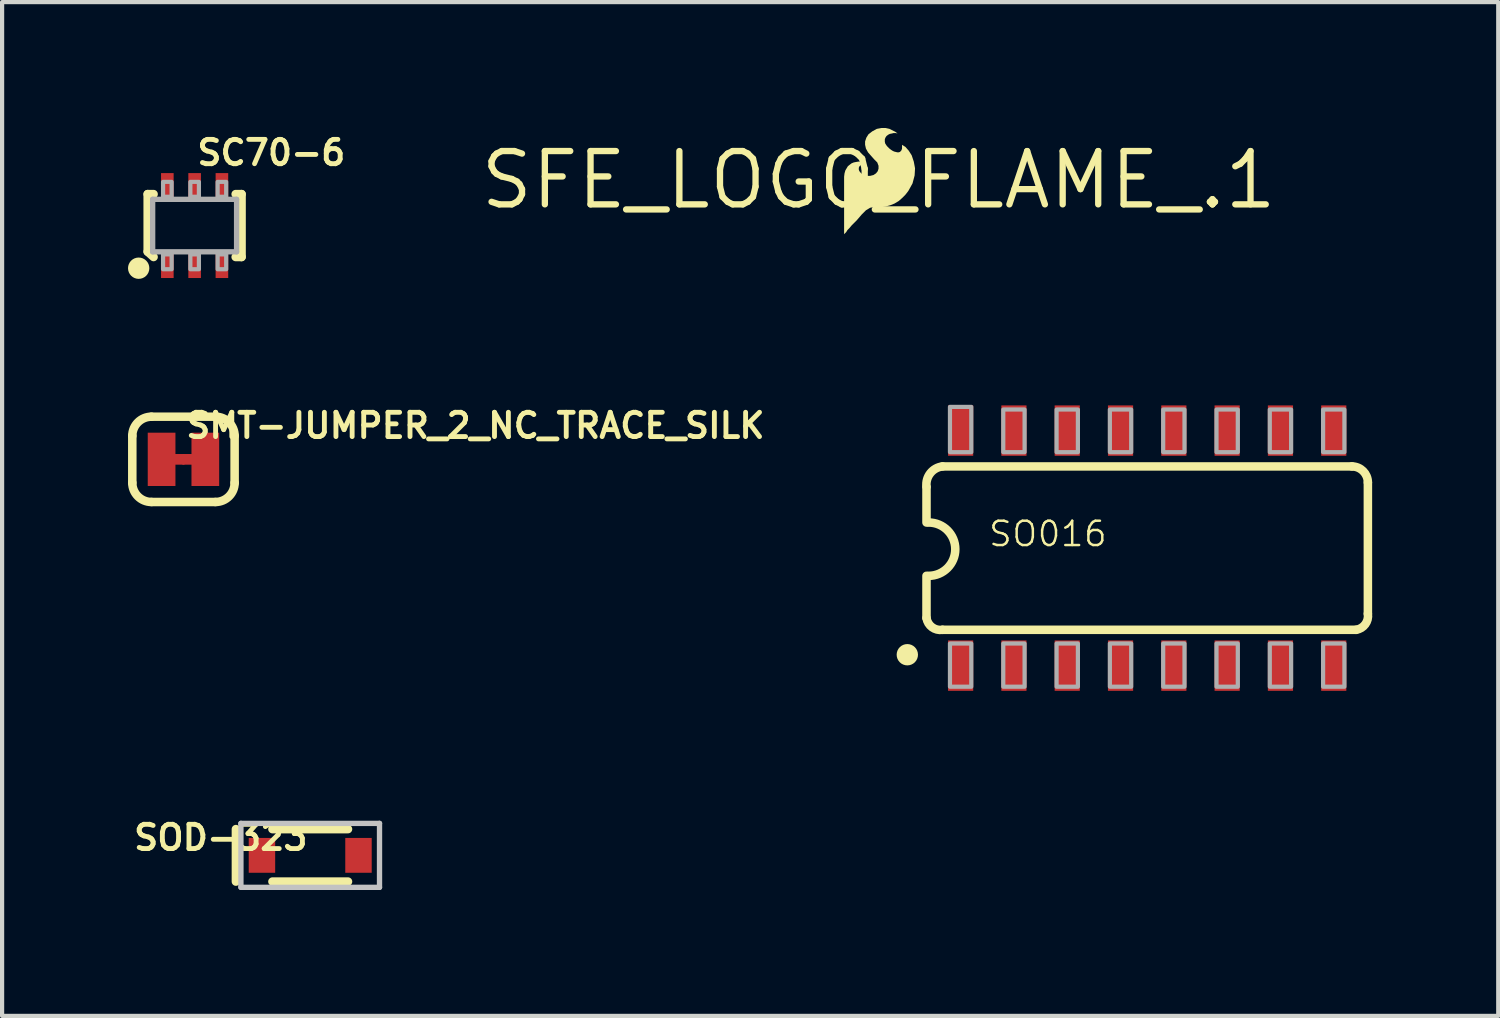
<source format=kicad_pcb>
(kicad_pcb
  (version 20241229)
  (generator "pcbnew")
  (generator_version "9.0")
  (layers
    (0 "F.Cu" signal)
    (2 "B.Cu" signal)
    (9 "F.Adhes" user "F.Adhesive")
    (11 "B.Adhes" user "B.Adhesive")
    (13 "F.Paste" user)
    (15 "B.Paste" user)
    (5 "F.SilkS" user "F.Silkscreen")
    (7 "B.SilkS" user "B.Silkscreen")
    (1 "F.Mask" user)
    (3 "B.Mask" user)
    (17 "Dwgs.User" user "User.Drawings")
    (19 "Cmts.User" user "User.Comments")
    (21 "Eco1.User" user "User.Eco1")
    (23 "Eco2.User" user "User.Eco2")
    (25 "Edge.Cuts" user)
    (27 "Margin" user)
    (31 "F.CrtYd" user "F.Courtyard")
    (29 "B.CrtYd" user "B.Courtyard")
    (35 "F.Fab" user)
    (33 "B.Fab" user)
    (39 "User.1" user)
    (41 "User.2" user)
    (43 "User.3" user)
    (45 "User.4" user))
  (footprint "SMT-JUMPER_2_NC_TRACE_SILK"
    (layer "F.Cu")
    (at 1.321 7.894)
    (property "Reference" "SMT-JUMPER_2_NC_TRACE_SILK" (at 0 -1.143 180) (layer "F.SilkS") (effects (font (size 0.579 0.579) (thickness 0.116)) (justify left top)))
    (attr through_hole)
    (fp_poly (pts (xy -0.699 -0.127) (xy 0.025 -0.127) (xy 0.025 0.127) (xy -0.699 0.127)) (stroke (width 0) (type solid)) (fill yes) (layer "F.Cu"))
    (fp_poly (pts (xy -0.025 -0.127) (xy 0.699 -0.127) (xy 0.699 0.127) (xy -0.025 0.127)) (stroke (width 0) (type solid)) (fill yes) (layer "F.Cu"))
    (fp_poly (pts (xy -0.191 -0.127) (xy 0.191 -0.127) (xy 0.191 0.127) (xy -0.191 0.127)) (stroke (width 0) (type solid)) (fill yes) (layer "F.Mask"))
    (fp_line (start -1.219 0.559) (end -1.219 -0.559) (stroke (width 0.203) (type solid)) (layer "F.SilkS"))
    (fp_line (start -0.762 -1.016) (end 0.762 -1.016) (stroke (width 0.203) (type solid)) (layer "F.SilkS"))
    (fp_line (start 0.762 1.016) (end -0.762 1.016) (stroke (width 0.203) (type solid)) (layer "F.SilkS"))
    (fp_line (start 1.219 0.559) (end 1.219 -0.559) (stroke (width 0.203) (type solid)) (layer "F.SilkS"))
    (fp_arc (start -1.2192 -0.5588) (mid -1.085289 -0.882089) (end -0.762 -1.016) (stroke (width 0.2032) (type solid)) (layer "F.SilkS"))
    (fp_arc (start -0.762 1.016) (mid -1.085289 0.882089) (end -1.2192 0.5588) (stroke (width 0.2032) (type solid)) (layer "F.SilkS"))
    (fp_arc (start 0.762 -1.016) (mid 1.085289 -0.882089) (end 1.2192 -0.5588) (stroke (width 0.2032) (type solid)) (layer "F.SilkS"))
    (fp_arc (start 1.2192 0.5588) (mid 1.085289 0.882089) (end 0.762 1.016) (stroke (width 0.2032) (type solid)) (layer "F.SilkS"))
    (pad "1" smd rect (at -0.521 0) (size 0.66 1.27) (layers "F.Cu" "F.Mask"))
    (pad "2" smd rect (at 0.521 0) (size 0.66 1.27) (layers "F.Cu" "F.Mask")))
  (footprint "SFE_LOGO_FLAME_.1"
    (layer "F.Cu")
    (at 17.884 1.239)
    (property "Reference" "SFE_LOGO_FLAME_.1" (at 0 0 0) (layer "F.SilkS") (effects (font (size 1.27 1.27) (thickness 0.15))))
    (attr through_hole)
    (fp_poly (pts (xy 0.557 -0.839) (xy 0.557 -0.749) (xy 0.547 -0.719) (xy 0.537 -0.699) (xy 0.507 -0.669) (xy 0.477 -0.659) (xy 0.447 -0.659) (xy 0.367 -0.679) (xy 0.327 -0.699) (xy 0.297 -0.719) (xy 0.257 -0.749) (xy 0.197 -0.809) (xy 0.157 -0.869) (xy 0.147 -0.909) (xy 0.147 -0.969) (xy 0.157 -0.999) (xy 0.167 -1.019) (xy 0.187 -1.049) (xy 0.227 -1.079) (xy 0.267 -1.099) (xy 0.317 -1.109) (xy 0.357 -1.119) (xy 0.417 -1.119) (xy 0.437 -1.109) (xy 0.447 -1.109) (xy 0.437 -1.119) (xy 0.397 -1.149) (xy 0.257 -1.219) (xy 0.167 -1.239) (xy 0.067 -1.239) (xy -0.043 -1.219) (xy -0.153 -1.159) (xy -0.243 -1.089) (xy -0.293 -1.009) (xy -0.323 -0.919) (xy -0.323 -0.839) (xy -0.303 -0.749) (xy -0.253 -0.659) (xy -0.183 -0.579) (xy -0.103 -0.489) (xy -0.033 -0.419) (xy -0.003 -0.339) (xy -0.003 -0.269) (xy -0.023 -0.209) (xy -0.063 -0.159) (xy -0.123 -0.119) (xy -0.203 -0.099) (xy -0.283 -0.099) (xy -0.333 -0.109) (xy -0.383 -0.129) (xy -0.443 -0.189) (xy -0.463 -0.219) (xy -0.473 -0.249) (xy -0.473 -0.289) (xy -0.463 -0.319) (xy -0.403 -0.379) (xy -0.373 -0.389) (xy -0.333 -0.409) (xy -0.323 -0.419) (xy -0.363 -0.439) (xy -0.483 -0.439) (xy -0.543 -0.429) (xy -0.593 -0.419) (xy -0.643 -0.399) (xy -0.683 -0.369) (xy -0.733 -0.329) (xy -0.793 -0.229) (xy -0.813 -0.159) (xy -0.823 -0.079) (xy -0.823 1.291) (xy -0.773 1.241) (xy -0.743 1.191) (xy -0.693 1.141) (xy -0.643 1.081) (xy -0.523 0.961) (xy -0.403 0.821) (xy -0.303 0.721) (xy -0.203 0.661) (xy -0.143 0.651) (xy 0.047 0.651) (xy 0.167 0.631) (xy 0.277 0.601) (xy 0.377 0.561) (xy 0.477 0.501) (xy 0.557 0.431) (xy 0.637 0.351) (xy 0.707 0.261) (xy 0.807 0.081) (xy 0.857 -0.109) (xy 0.867 -0.279) (xy 0.837 -0.439) (xy 0.787 -0.589) (xy 0.717 -0.699) (xy 0.637 -0.789)) (stroke (width 0) (type solid)) (fill yes) (layer "F.SilkS")))
  (footprint "SO016"
    (layer "F.Cu")
    (at 24.282 10.009)
    (property "Reference" "SO016" (at -3.81 0 0) (layer "F.SilkS") (effects (font (size 0.579 0.579) (thickness 0.058)) (justify left bottom)))
    (attr through_hole)
    (fp_line (start -5.258 -1.453) (end -5.258 -0.61) (stroke (width 0.203) (type solid)) (layer "F.SilkS"))
    (fp_line (start -5.258 1.665) (end -5.258 0.66) (stroke (width 0.203) (type solid)) (layer "F.SilkS"))
    (fp_line (start -4.877 1.946) (end 4.977 1.946) (stroke (width 0.203) (type solid)) (layer "F.SilkS"))
    (fp_line (start 4.877 -1.946) (end -4.877 -1.946) (stroke (width 0.203) (type solid)) (layer "F.SilkS"))
    (fp_line (start 5.258 1.565) (end 5.258 -1.565) (stroke (width 0.203) (type solid)) (layer "F.SilkS"))
    (fp_arc (start -5.2578 -1.4653) (mid -5.166948 -1.784731) (end -4.8768 -1.9463) (stroke (width 0.2032) (type solid)) (layer "F.SilkS"))
    (fp_arc (start -5.207 -0.6096) (mid -4.572 0.0254) (end -5.207 0.6604) (stroke (width 0.2032) (type solid)) (layer "F.SilkS"))
    (fp_arc (start -4.876799 1.946301) (mid -5.12554 1.884767) (end -5.2578 1.6653) (stroke (width 0.2032) (type solid)) (layer "F.SilkS"))
    (fp_arc (start 4.8768 -1.9463) (mid 5.146237 -1.834736) (end 5.2578 -1.565298) (stroke (width 0.2032) (type solid)) (layer "F.SilkS"))
    (fp_arc (start 5.2578 1.5653) (mid 5.196208 1.813997) (end 4.9768 1.9463) (stroke (width 0.2032) (type solid)) (layer "F.SilkS"))
    (fp_circle (center -5.715 2.54) (end -5.588 2.54) (stroke (width 0.254) (type solid)) (fill no) (layer "F.SilkS"))
    (fp_poly (pts (xy -4.699 -2.286) (xy -4.191 -2.286) (xy -4.191 -3.365) (xy -4.699 -3.365)) (stroke (width 0.1) (type solid)) (fill no) (layer "F.Fab"))
    (fp_poly (pts (xy -4.699 3.302) (xy -4.191 3.302) (xy -4.191 2.273) (xy -4.699 2.273)) (stroke (width 0.1) (type solid)) (fill no) (layer "F.Fab"))
    (fp_poly (pts (xy -3.429 -2.286) (xy -2.921 -2.286) (xy -2.921 -3.302) (xy -3.429 -3.302)) (stroke (width 0.1) (type solid)) (fill no) (layer "F.Fab"))
    (fp_poly (pts (xy -3.429 3.302) (xy -2.921 3.302) (xy -2.921 2.273) (xy -3.429 2.273)) (stroke (width 0.1) (type solid)) (fill no) (layer "F.Fab"))
    (fp_poly (pts (xy -2.159 -2.286) (xy -1.651 -2.286) (xy -1.651 -3.302) (xy -2.159 -3.302)) (stroke (width 0.1) (type solid)) (fill no) (layer "F.Fab"))
    (fp_poly (pts (xy -2.159 3.302) (xy -1.651 3.302) (xy -1.651 2.273) (xy -2.159 2.273)) (stroke (width 0.1) (type solid)) (fill no) (layer "F.Fab"))
    (fp_poly (pts (xy -0.889 -2.286) (xy -0.381 -2.286) (xy -0.381 -3.302) (xy -0.889 -3.302)) (stroke (width 0.1) (type solid)) (fill no) (layer "F.Fab"))
    (fp_poly (pts (xy -0.889 3.302) (xy -0.381 3.302) (xy -0.381 2.273) (xy -0.889 2.273)) (stroke (width 0.1) (type solid)) (fill no) (layer "F.Fab"))
    (fp_poly (pts (xy 0.381 -2.286) (xy 0.889 -2.286) (xy 0.889 -3.302) (xy 0.381 -3.302)) (stroke (width 0.1) (type solid)) (fill no) (layer "F.Fab"))
    (fp_poly (pts (xy 0.381 3.302) (xy 0.889 3.302) (xy 0.889 2.273) (xy 0.381 2.273)) (stroke (width 0.1) (type solid)) (fill no) (layer "F.Fab"))
    (fp_poly (pts (xy 1.651 -2.286) (xy 2.159 -2.286) (xy 2.159 -3.302) (xy 1.651 -3.302)) (stroke (width 0.1) (type solid)) (fill no) (layer "F.Fab"))
    (fp_poly (pts (xy 1.651 3.302) (xy 2.159 3.302) (xy 2.159 2.273) (xy 1.651 2.273)) (stroke (width 0.1) (type solid)) (fill no) (layer "F.Fab"))
    (fp_poly (pts (xy 2.921 -2.286) (xy 3.429 -2.286) (xy 3.429 -3.302) (xy 2.921 -3.302)) (stroke (width 0.1) (type solid)) (fill no) (layer "F.Fab"))
    (fp_poly (pts (xy 2.921 3.302) (xy 3.429 3.302) (xy 3.429 2.273) (xy 2.921 2.273)) (stroke (width 0.1) (type solid)) (fill no) (layer "F.Fab"))
    (fp_poly (pts (xy 4.191 -2.286) (xy 4.699 -2.286) (xy 4.699 -3.302) (xy 4.191 -3.302)) (stroke (width 0.1) (type solid)) (fill no) (layer "F.Fab"))
    (fp_poly (pts (xy 4.191 3.302) (xy 4.699 3.302) (xy 4.699 2.273) (xy 4.191 2.273)) (stroke (width 0.1) (type solid)) (fill no) (layer "F.Fab"))
    (pad "1" smd rect (at -4.445 2.8) (size 0.6 1.2) (layers "F.Cu" "F.Mask" "F.Paste"))
    (pad "2" smd rect (at -3.175 2.8) (size 0.6 1.2) (layers "F.Cu" "F.Mask" "F.Paste"))
    (pad "3" smd rect (at -1.905 2.8) (size 0.6 1.2) (layers "F.Cu" "F.Mask" "F.Paste"))
    (pad "4" smd rect (at -0.635 2.8) (size 0.6 1.2) (layers "F.Cu" "F.Mask" "F.Paste"))
    (pad "5" smd rect (at 0.635 2.8) (size 0.6 1.2) (layers "F.Cu" "F.Mask" "F.Paste"))
    (pad "6" smd rect (at 1.905 2.8) (size 0.6 1.2) (layers "F.Cu" "F.Mask" "F.Paste"))
    (pad "7" smd rect (at 3.175 2.8) (size 0.6 1.2) (layers "F.Cu" "F.Mask" "F.Paste"))
    (pad "8" smd rect (at 4.445 2.8) (size 0.6 1.2) (layers "F.Cu" "F.Mask" "F.Paste"))
    (pad "9" smd rect (at 4.445 -2.8) (size 0.6 1.2) (layers "F.Cu" "F.Mask" "F.Paste"))
    (pad "10" smd rect (at 3.175 -2.8) (size 0.6 1.2) (layers "F.Cu" "F.Mask" "F.Paste"))
    (pad "11" smd rect (at 1.905 -2.8) (size 0.6 1.2) (layers "F.Cu" "F.Mask" "F.Paste"))
    (pad "12" smd rect (at 0.635 -2.8) (size 0.6 1.2) (layers "F.Cu" "F.Mask" "F.Paste"))
    (pad "13" smd rect (at -0.635 -2.8) (size 0.6 1.2) (layers "F.Cu" "F.Mask" "F.Paste"))
    (pad "14" smd rect (at -1.905 -2.8) (size 0.6 1.2) (layers "F.Cu" "F.Mask" "F.Paste"))
    (pad "15" smd rect (at -3.175 -2.8) (size 0.6 1.2) (layers "F.Cu" "F.Mask" "F.Paste"))
    (pad "16" smd rect (at -4.445 -2.8) (size 0.6 1.2) (layers "F.Cu" "F.Mask" "F.Paste")))
  (footprint "SOD-323"
    (layer "F.Cu")
    (at 4.341 17.329)
    (property "Reference" "SOD-323" (at 0 -0.762 180) (layer "F.SilkS") (effects (font (size 0.579 0.579) (thickness 0.116)) (justify right top)))
    (attr through_hole)
    (fp_line (start -1.77 -0.625) (end -1.77 0.625) (stroke (width 0.203) (type solid)) (layer "F.SilkS"))
    (fp_line (start -0.9 -0.625) (end 0.9 -0.625) (stroke (width 0.203) (type solid)) (layer "F.SilkS"))
    (fp_line (start -0.9 0.625) (end 0.9 0.625) (stroke (width 0.203) (type solid)) (layer "F.SilkS"))
    (fp_line (start -1.651 -0.762) (end 1.651 -0.762) (stroke (width 0.127) (type solid)) (layer "Dwgs.User"))
    (fp_line (start -1.651 0.762) (end -1.651 -0.762) (stroke (width 0.127) (type solid)) (layer "Dwgs.User"))
    (fp_line (start 1.651 -0.762) (end 1.651 0.762) (stroke (width 0.127) (type solid)) (layer "Dwgs.User"))
    (fp_line (start 1.651 0.762) (end -1.651 0.762) (stroke (width 0.127) (type solid)) (layer "Dwgs.User"))
    (pad "A" smd rect (at 1.15 0) (size 0.63 0.83) (layers "F.Cu" "F.Mask" "F.Paste"))
    (pad "C" smd rect (at -1.15 0) (size 0.63 0.83) (layers "F.Cu" "F.Mask" "F.Paste")))
  (footprint "SC70-6"
    (layer "F.Cu")
    (at 1.587 2.324)
    (property "Reference" "SC70-6" (at 0 -1.397 0) (layer "F.SilkS") (effects (font (size 0.579 0.579) (thickness 0.116)) (justify left bottom)))
    (attr through_hole)
    (fp_line (start -1.118 -0.749) (end -1.118 0.622) (stroke (width 0.203) (type solid)) (layer "F.SilkS"))
    (fp_line (start -1.118 0.622) (end -0.978 0.749) (stroke (width 0.203) (type solid)) (layer "F.SilkS"))
    (fp_line (start -0.978 -0.749) (end -1.118 -0.749) (stroke (width 0.203) (type solid)) (layer "F.SilkS"))
    (fp_line (start 0.978 0.749) (end 1.118 0.749) (stroke (width 0.203) (type solid)) (layer "F.SilkS"))
    (fp_line (start 1.118 -0.749) (end 0.978 -0.749) (stroke (width 0.203) (type solid)) (layer "F.SilkS"))
    (fp_line (start 1.118 0.749) (end 1.118 -0.749) (stroke (width 0.203) (type solid)) (layer "F.SilkS"))
    (fp_circle (center -1.333 1.016) (end -1.206 1.016) (stroke (width 0.254) (type solid)) (fill no) (layer "F.SilkS"))
    (fp_line (start -1 -0.625) (end -1 0.625) (stroke (width 0.127) (type solid)) (layer "F.Fab"))
    (fp_line (start -1 0.625) (end 1 0.625) (stroke (width 0.127) (type solid)) (layer "F.Fab"))
    (fp_line (start 1 -0.625) (end -1 -0.625) (stroke (width 0.127) (type solid)) (layer "F.Fab"))
    (fp_line (start 1 0.625) (end 1 -0.625) (stroke (width 0.127) (type solid)) (layer "F.Fab"))
    (fp_poly (pts (xy -0.752 -0.686) (xy -0.548 -0.686) (xy -0.548 -1.041) (xy -0.752 -1.041)) (stroke (width 0.1) (type solid)) (fill no) (layer "F.Fab"))
    (fp_poly (pts (xy -0.752 1.041) (xy -0.548 1.041) (xy -0.548 0.686) (xy -0.752 0.686)) (stroke (width 0.1) (type solid)) (fill no) (layer "F.Fab"))
    (fp_poly (pts (xy -0.102 -0.686) (xy 0.102 -0.686) (xy 0.102 -1.041) (xy -0.102 -1.041)) (stroke (width 0.1) (type solid)) (fill no) (layer "F.Fab"))
    (fp_poly (pts (xy -0.102 1.041) (xy 0.102 1.041) (xy 0.102 0.686) (xy -0.102 0.686)) (stroke (width 0.1) (type solid)) (fill no) (layer "F.Fab"))
    (fp_poly (pts (xy 0.548 -0.686) (xy 0.752 -0.686) (xy 0.752 -1.041) (xy 0.548 -1.041)) (stroke (width 0.1) (type solid)) (fill no) (layer "F.Fab"))
    (fp_poly (pts (xy 0.548 1.041) (xy 0.752 1.041) (xy 0.752 0.686) (xy 0.548 0.686)) (stroke (width 0.1) (type solid)) (fill no) (layer "F.Fab"))
    (pad "1" smd rect (at -0.65 0.92 180) (size 0.3 0.66) (layers "F.Cu" "F.Mask" "F.Paste"))
    (pad "2" smd rect (at 0 0.92 180) (size 0.3 0.66) (layers "F.Cu" "F.Mask" "F.Paste"))
    (pad "3" smd rect (at 0.65 0.92 180) (size 0.3 0.66) (layers "F.Cu" "F.Mask" "F.Paste"))
    (pad "4" smd rect (at 0.65 -0.92) (size 0.3 0.66) (layers "F.Cu" "F.Mask" "F.Paste"))
    (pad "5" smd rect (at 0 -0.92) (size 0.3 0.66) (layers "F.Cu" "F.Mask" "F.Paste"))
    (pad "6" smd rect (at -0.65 -0.92) (size 0.3 0.66) (layers "F.Cu" "F.Mask" "F.Paste")))
  (gr_rect
    (start -3 -3)
    (end 32.646 21.154)
    (stroke (width 0.1) (type default))
    (fill no)
    (layer "Edge.Cuts")))
</source>
